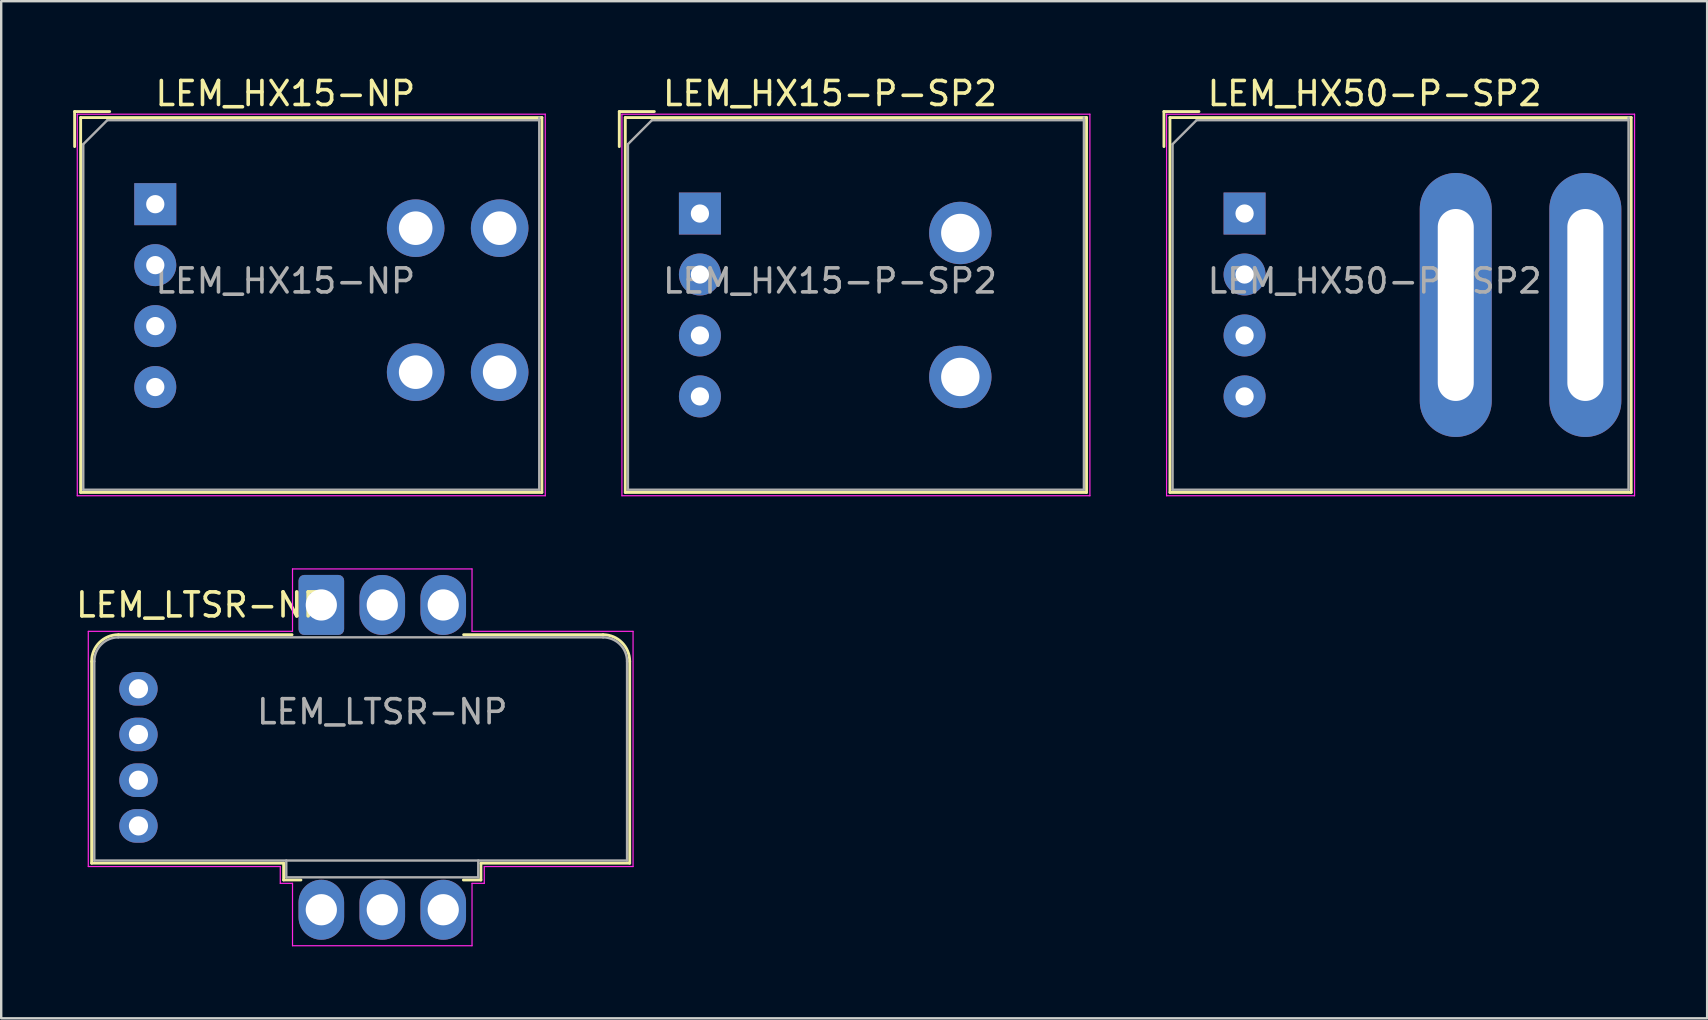
<source format=kicad_pcb>
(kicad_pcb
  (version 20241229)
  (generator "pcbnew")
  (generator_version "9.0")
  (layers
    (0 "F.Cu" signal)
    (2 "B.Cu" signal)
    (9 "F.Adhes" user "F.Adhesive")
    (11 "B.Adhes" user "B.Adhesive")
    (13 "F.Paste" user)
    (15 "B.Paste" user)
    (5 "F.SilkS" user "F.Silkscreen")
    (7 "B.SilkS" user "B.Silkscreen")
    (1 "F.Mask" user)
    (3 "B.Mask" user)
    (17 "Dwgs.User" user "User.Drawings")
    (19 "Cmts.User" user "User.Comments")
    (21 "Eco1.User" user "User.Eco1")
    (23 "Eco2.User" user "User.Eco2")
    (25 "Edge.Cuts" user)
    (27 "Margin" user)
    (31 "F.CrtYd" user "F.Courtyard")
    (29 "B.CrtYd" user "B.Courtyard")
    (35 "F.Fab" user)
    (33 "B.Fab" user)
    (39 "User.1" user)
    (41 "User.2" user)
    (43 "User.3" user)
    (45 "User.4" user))
  (footprint "LEM_HX15-P-SP2"
    (layer "F.Cu")
    (at 26.115 5.848)
    (property "Reference" "LEM_HX15-P-SP2" (at 5.42 -5 0) (layer "F.SilkS") (effects (font (size 1 1) (thickness 0.15))))
    (attr through_hole)
    (fp_line (start -3.36 -2.79) (end -3.36 -4.25) (stroke (width 0.12) (type solid)) (layer "F.SilkS"))
    (fp_line (start -3.11 -4) (end -3.11 11.62) (stroke (width 0.12) (type solid)) (layer "F.SilkS"))
    (fp_line (start -3.11 11.62) (end 16.11 11.62) (stroke (width 0.12) (type solid)) (layer "F.SilkS"))
    (fp_line (start -1.9 -4.25) (end -3.36 -4.25) (stroke (width 0.12) (type solid)) (layer "F.SilkS"))
    (fp_line (start 16.11 -4) (end -3.11 -4) (stroke (width 0.12) (type solid)) (layer "F.SilkS"))
    (fp_line (start 16.11 11.62) (end 16.11 -4) (stroke (width 0.12) (type solid)) (layer "F.SilkS"))
    (fp_line (start -3.25 -4.14) (end -3.25 11.76) (stroke (width 0.05) (type solid)) (layer "F.CrtYd"))
    (fp_line (start -3.25 11.76) (end 16.25 11.76) (stroke (width 0.05) (type solid)) (layer "F.CrtYd"))
    (fp_line (start 16.25 -4.14) (end -3.25 -4.14) (stroke (width 0.05) (type solid)) (layer "F.CrtYd"))
    (fp_line (start 16.25 11.76) (end 16.25 -4.14) (stroke (width 0.05) (type solid)) (layer "F.CrtYd"))
    (fp_line (start -3 -2.89) (end -3 11.51) (stroke (width 0.1) (type solid)) (layer "F.Fab"))
    (fp_line (start -3 11.51) (end 16 11.51) (stroke (width 0.1) (type solid)) (layer "F.Fab"))
    (fp_line (start -2 -3.89) (end -3 -2.89) (stroke (width 0.1) (type solid)) (layer "F.Fab"))
    (fp_line (start 16 -3.89) (end -2 -3.89) (stroke (width 0.1) (type solid)) (layer "F.Fab"))
    (fp_line (start 16 11.51) (end 16 -4) (stroke (width 0.1) (type solid)) (layer "F.Fab"))
    (fp_text user "${REFERENCE}" (at 5.42 2.81 0) (layer "F.Fab") (effects (font (size 1 1) (thickness 0.15))))
    (pad "1" thru_hole rect (at 0 0) (size 1.75 1.75) (drill 0.76) (layers "*.Cu" "*.Mask"))
    (pad "2" thru_hole circle (at 0 2.54) (size 1.75 1.75) (drill 0.76) (layers "*.Cu" "*.Mask"))
    (pad "3" thru_hole circle (at 0 5.08) (size 1.75 1.75) (drill 0.76) (layers "*.Cu" "*.Mask"))
    (pad "4" thru_hole circle (at 0 7.62) (size 1.75 1.75) (drill 0.76) (layers "*.Cu" "*.Mask"))
    (pad "5" thru_hole circle (at 10.85 0.81) (size 2.6 2.6) (drill 1.6) (layers "*.Cu" "*.Mask"))
    (pad "6" thru_hole circle (at 10.85 6.81) (size 2.6 2.6) (drill 1.6) (layers "*.Cu" "*.Mask")))
  (footprint "LEM_HX50-P-SP2"
    (layer "F.Cu")
    (at 48.81 5.848)
    (property "Reference" "LEM_HX50-P-SP2" (at 5.42 -5 0) (layer "F.SilkS") (effects (font (size 1 1) (thickness 0.15))))
    (attr through_hole)
    (fp_line (start -3.36 -2.79) (end -3.36 -4.25) (stroke (width 0.12) (type solid)) (layer "F.SilkS"))
    (fp_line (start -3.11 -4) (end -3.11 11.62) (stroke (width 0.12) (type solid)) (layer "F.SilkS"))
    (fp_line (start -3.11 11.62) (end 16.11 11.62) (stroke (width 0.12) (type solid)) (layer "F.SilkS"))
    (fp_line (start -1.9 -4.25) (end -3.36 -4.25) (stroke (width 0.12) (type solid)) (layer "F.SilkS"))
    (fp_line (start 16.11 -4) (end -3.11 -4) (stroke (width 0.12) (type solid)) (layer "F.SilkS"))
    (fp_line (start 16.11 11.62) (end 16.11 -4) (stroke (width 0.12) (type solid)) (layer "F.SilkS"))
    (fp_line (start -3.25 -4.14) (end -3.25 11.76) (stroke (width 0.05) (type solid)) (layer "F.CrtYd"))
    (fp_line (start -3.25 11.76) (end 16.25 11.76) (stroke (width 0.05) (type solid)) (layer "F.CrtYd"))
    (fp_line (start 16.25 -4.14) (end -3.25 -4.14) (stroke (width 0.05) (type solid)) (layer "F.CrtYd"))
    (fp_line (start 16.25 11.76) (end 16.25 -4.14) (stroke (width 0.05) (type solid)) (layer "F.CrtYd"))
    (fp_line (start -3 -2.89) (end -3 11.51) (stroke (width 0.1) (type solid)) (layer "F.Fab"))
    (fp_line (start -3 11.51) (end 16 11.51) (stroke (width 0.1) (type solid)) (layer "F.Fab"))
    (fp_line (start -2 -3.89) (end -3 -2.89) (stroke (width 0.1) (type solid)) (layer "F.Fab"))
    (fp_line (start 16 -3.89) (end -2 -3.89) (stroke (width 0.1) (type solid)) (layer "F.Fab"))
    (fp_line (start 16 11.51) (end 16 -4) (stroke (width 0.1) (type solid)) (layer "F.Fab"))
    (fp_text user "${REFERENCE}" (at 5.42 2.81 0) (layer "F.Fab") (effects (font (size 1 1) (thickness 0.15))))
    (pad "1" thru_hole rect (at 0 0) (size 1.75 1.75) (drill 0.76) (layers "*.Cu" "*.Mask"))
    (pad "2" thru_hole circle (at 0 2.54) (size 1.75 1.75) (drill 0.76) (layers "*.Cu" "*.Mask"))
    (pad "3" thru_hole circle (at 0 5.08) (size 1.75 1.75) (drill 0.76) (layers "*.Cu" "*.Mask"))
    (pad "4" thru_hole circle (at 0 7.62) (size 1.75 1.75) (drill 0.76) (layers "*.Cu" "*.Mask"))
    (pad "5" thru_hole oval (at 14.2 3.81) (size 3 11) (drill oval 1.5 8) (layers "*.Cu" "*.Mask"))
    (pad "6" thru_hole oval (at 8.8 3.81) (size 3 11) (drill oval 1.5 8) (layers "*.Cu" "*.Mask")))
  (footprint "LEM_HX15-NP"
    (layer "F.Cu")
    (at 3.42 5.458)
    (property "Reference" "LEM_HX15-NP" (at 5.42 -4.61 0) (layer "F.SilkS") (effects (font (size 1 1) (thickness 0.15))))
    (attr through_hole)
    (fp_line (start -3.36 -2.4) (end -3.36 -3.86) (stroke (width 0.12) (type solid)) (layer "F.SilkS"))
    (fp_line (start -3.11 -3.61) (end -3.11 12.01) (stroke (width 0.12) (type solid)) (layer "F.SilkS"))
    (fp_line (start -3.11 12.01) (end 16.11 12.01) (stroke (width 0.12) (type solid)) (layer "F.SilkS"))
    (fp_line (start -1.9 -3.86) (end -3.36 -3.86) (stroke (width 0.12) (type solid)) (layer "F.SilkS"))
    (fp_line (start 16.11 -3.61) (end -3.11 -3.61) (stroke (width 0.12) (type solid)) (layer "F.SilkS"))
    (fp_line (start 16.11 12.01) (end 16.11 -3.61) (stroke (width 0.12) (type solid)) (layer "F.SilkS"))
    (fp_line (start -3.25 -3.75) (end -3.25 12.15) (stroke (width 0.05) (type solid)) (layer "F.CrtYd"))
    (fp_line (start -3.25 12.15) (end 16.25 12.15) (stroke (width 0.05) (type solid)) (layer "F.CrtYd"))
    (fp_line (start 16.25 -3.75) (end -3.25 -3.75) (stroke (width 0.05) (type solid)) (layer "F.CrtYd"))
    (fp_line (start 16.25 12.15) (end 16.25 -3.75) (stroke (width 0.05) (type solid)) (layer "F.CrtYd"))
    (fp_line (start -3 -2.5) (end -3 11.9) (stroke (width 0.1) (type solid)) (layer "F.Fab"))
    (fp_line (start -3 11.9) (end 16 11.9) (stroke (width 0.1) (type solid)) (layer "F.Fab"))
    (fp_line (start -2 -3.5) (end -3 -2.5) (stroke (width 0.1) (type solid)) (layer "F.Fab"))
    (fp_line (start 16 -3.5) (end -2 -3.5) (stroke (width 0.1) (type solid)) (layer "F.Fab"))
    (fp_line (start 16 11.9) (end 16 -3.61) (stroke (width 0.1) (type solid)) (layer "F.Fab"))
    (fp_text user "${REFERENCE}" (at 5.42 3.2 0) (layer "F.Fab") (effects (font (size 1 1) (thickness 0.15))))
    (pad "1" thru_hole rect (at 0 0) (size 1.75 1.75) (drill 0.76) (layers "*.Cu" "*.Mask"))
    (pad "2" thru_hole circle (at 0 2.54) (size 1.75 1.75) (drill 0.76) (layers "*.Cu" "*.Mask"))
    (pad "3" thru_hole circle (at 0 5.08) (size 1.75 1.75) (drill 0.76) (layers "*.Cu" "*.Mask"))
    (pad "4" thru_hole circle (at 0 7.62) (size 1.75 1.75) (drill 0.76) (layers "*.Cu" "*.Mask"))
    (pad "5" thru_hole circle (at 10.85 1) (size 2.4 2.4) (drill 1.4) (layers "*.Cu" "*.Mask"))
    (pad "6" thru_hole circle (at 10.85 7) (size 2.4 2.4) (drill 1.4) (layers "*.Cu" "*.Mask"))
    (pad "7" thru_hole circle (at 14.35 1) (size 2.4 2.4) (drill 1.4) (layers "*.Cu" "*.Mask"))
    (pad "8" thru_hole circle (at 14.35 7) (size 2.4 2.4) (drill 1.4) (layers "*.Cu" "*.Mask")))
  (footprint "LEM_LTSR-NP"
    (layer "F.Cu")
    (at 10.339 22.158)
    (property "Reference" "LEM_LTSR-NP" (at -5 0 0) (layer "F.SilkS") (effects (font (size 1 1) (thickness 0.15))))
    (attr through_hole)
    (fp_line (start -9.57 10.76) (end -9.57 2.36) (stroke (width 0.12) (type solid)) (layer "F.SilkS"))
    (fp_line (start -9.57 10.76) (end -1.57 10.76) (stroke (width 0.12) (type solid)) (layer "F.SilkS"))
    (fp_line (start -8.45 1.24) (end -1.22 1.24) (stroke (width 0.12) (type solid)) (layer "F.SilkS"))
    (fp_line (start -1.57 11.46) (end -1.57 10.76) (stroke (width 0.12) (type solid)) (layer "F.SilkS"))
    (fp_line (start -1.57 11.46) (end -0.85 11.46) (stroke (width 0.12) (type solid)) (layer "F.SilkS"))
    (fp_line (start 5.92 11.46) (end 6.65 11.46) (stroke (width 0.12) (type solid)) (layer "F.SilkS"))
    (fp_line (start 5.93 1.24) (end 11.74 1.24) (stroke (width 0.12) (type solid)) (layer "F.SilkS"))
    (fp_line (start 6.65 10.76) (end 12.85 10.76) (stroke (width 0.12) (type solid)) (layer "F.SilkS"))
    (fp_line (start 6.65 11.46) (end 6.65 10.76) (stroke (width 0.12) (type solid)) (layer "F.SilkS"))
    (fp_line (start 12.85 10.76) (end 12.85 2.35) (stroke (width 0.12) (type solid)) (layer "F.SilkS"))
    (fp_arc (start -9.57 2.35) (mid -9.244889 1.565111) (end -8.46 1.24) (stroke (width 0.12) (type solid)) (layer "F.SilkS"))
    (fp_arc (start 11.74 1.24) (mid 12.524889 1.565111) (end 12.85 2.35) (stroke (width 0.12) (type solid)) (layer "F.SilkS"))
    (fp_line (start -9.71 1.1) (end -9.71 10.9) (stroke (width 0.05) (type solid)) (layer "F.CrtYd"))
    (fp_line (start -9.71 1.1) (end -1.2 1.1) (stroke (width 0.05) (type solid)) (layer "F.CrtYd"))
    (fp_line (start -9.71 10.9) (end -1.71 10.9) (stroke (width 0.05) (type solid)) (layer "F.CrtYd"))
    (fp_line (start -1.71 11.6) (end -1.71 10.9) (stroke (width 0.05) (type solid)) (layer "F.CrtYd"))
    (fp_line (start -1.71 11.6) (end -1.2 11.6) (stroke (width 0.05) (type solid)) (layer "F.CrtYd"))
    (fp_line (start -1.2 -1.5) (end -1.2 1.1) (stroke (width 0.05) (type solid)) (layer "F.CrtYd"))
    (fp_line (start -1.2 -1.5) (end 6.28 -1.5) (stroke (width 0.05) (type solid)) (layer "F.CrtYd"))
    (fp_line (start -1.2 11.6) (end -1.2 14.2) (stroke (width 0.05) (type solid)) (layer "F.CrtYd"))
    (fp_line (start -1.2 14.2) (end 6.28 14.2) (stroke (width 0.05) (type solid)) (layer "F.CrtYd"))
    (fp_line (start 6.28 -1.5) (end 6.28 1.1) (stroke (width 0.05) (type solid)) (layer "F.CrtYd"))
    (fp_line (start 6.28 1.1) (end 12.99 1.1) (stroke (width 0.05) (type solid)) (layer "F.CrtYd"))
    (fp_line (start 6.28 11.6) (end 6.28 14.2) (stroke (width 0.05) (type solid)) (layer "F.CrtYd"))
    (fp_line (start 6.28 11.6) (end 6.79 11.6) (stroke (width 0.05) (type solid)) (layer "F.CrtYd"))
    (fp_line (start 6.79 10.9) (end 12.99 10.9) (stroke (width 0.05) (type solid)) (layer "F.CrtYd"))
    (fp_line (start 6.79 11.6) (end 6.79 10.9) (stroke (width 0.05) (type solid)) (layer "F.CrtYd"))
    (fp_line (start 12.99 1.1) (end 12.99 10.9) (stroke (width 0.05) (type solid)) (layer "F.CrtYd"))
    (fp_line (start -9.46 10.65) (end -9.46 2.35) (stroke (width 0.1) (type solid)) (layer "F.Fab"))
    (fp_line (start -9.46 10.65) (end 12.74 10.65) (stroke (width 0.1) (type solid)) (layer "F.Fab"))
    (fp_line (start -8.46 1.35) (end 11.74 1.35) (stroke (width 0.1) (type solid)) (layer "F.Fab"))
    (fp_line (start -1.46 11.35) (end -1.46 10.65) (stroke (width 0.1) (type solid)) (layer "F.Fab"))
    (fp_line (start -1.46 11.35) (end 6.54 11.35) (stroke (width 0.1) (type solid)) (layer "F.Fab"))
    (fp_line (start 6.54 11.35) (end 6.54 10.65) (stroke (width 0.1) (type solid)) (layer "F.Fab"))
    (fp_line (start 12.74 10.65) (end 12.74 2.35) (stroke (width 0.1) (type solid)) (layer "F.Fab"))
    (fp_arc (start -9.46 2.35) (mid -9.167107 1.642893) (end -8.46 1.35) (stroke (width 0.1) (type solid)) (layer "F.Fab"))
    (fp_arc (start 11.74 1.35) (mid 12.447107 1.642893) (end 12.74 2.35) (stroke (width 0.1) (type solid)) (layer "F.Fab"))
    (fp_text user "${REFERENCE}" (at 2.54 4.45 0) (layer "F.Fab") (effects (font (size 1 1) (thickness 0.15))))
    (pad "1" thru_hole roundrect (at 0 0) (size 1.9 2.5) (drill 1.3) (layers "*.Cu" "*.Mask") (roundrect_rratio 0.125))
    (pad "2" thru_hole oval (at 2.54 0) (size 1.9 2.5) (drill 1.3) (layers "*.Cu" "*.Mask"))
    (pad "3" thru_hole oval (at 5.08 0) (size 1.9 2.5) (drill 1.3) (layers "*.Cu" "*.Mask"))
    (pad "4" thru_hole oval (at 5.08 12.7) (size 1.9 2.5) (drill 1.3) (layers "*.Cu" "*.Mask"))
    (pad "5" thru_hole oval (at 2.54 12.7) (size 1.9 2.5) (drill 1.3) (layers "*.Cu" "*.Mask"))
    (pad "6" thru_hole oval (at 0 12.7) (size 1.9 2.5) (drill 1.3) (layers "*.Cu" "*.Mask"))
    (pad "7" thru_hole oval (at -7.62 9.207) (size 1.6 1.4) (drill 0.8) (layers "*.Cu" "*.Mask"))
    (pad "8" thru_hole oval (at -7.62 7.303) (size 1.6 1.4) (drill 0.8) (layers "*.Cu" "*.Mask"))
    (pad "9" thru_hole oval (at -7.62 5.397) (size 1.6 1.4) (drill 0.8) (layers "*.Cu" "*.Mask"))
    (pad "10" thru_hole oval (at -7.62 3.493) (size 1.6 1.4) (drill 0.8) (layers "*.Cu" "*.Mask")))
  (gr_rect
    (start -3 -3)
    (end 68.085 39.383)
    (stroke (width 0.1) (type default))
    (fill no)
    (layer "Edge.Cuts")))
</source>
